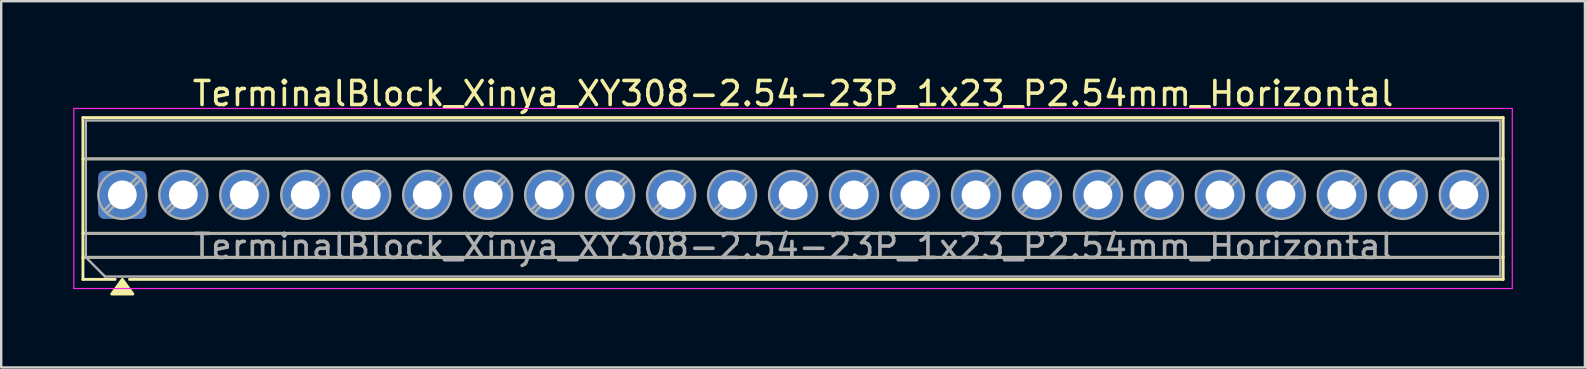
<source format=kicad_pcb>
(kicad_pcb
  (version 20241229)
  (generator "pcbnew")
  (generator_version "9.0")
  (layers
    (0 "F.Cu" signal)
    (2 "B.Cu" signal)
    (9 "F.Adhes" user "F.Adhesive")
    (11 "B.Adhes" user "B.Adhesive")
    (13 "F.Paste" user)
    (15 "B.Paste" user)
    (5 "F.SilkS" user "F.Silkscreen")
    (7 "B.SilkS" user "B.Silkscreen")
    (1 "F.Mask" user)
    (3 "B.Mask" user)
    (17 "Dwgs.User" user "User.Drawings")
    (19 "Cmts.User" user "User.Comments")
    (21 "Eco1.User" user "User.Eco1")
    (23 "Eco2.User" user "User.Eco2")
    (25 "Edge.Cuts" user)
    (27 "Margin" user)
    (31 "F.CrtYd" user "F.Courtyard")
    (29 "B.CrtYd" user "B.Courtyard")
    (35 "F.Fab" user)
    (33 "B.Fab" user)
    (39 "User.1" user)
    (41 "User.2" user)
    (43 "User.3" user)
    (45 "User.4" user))
  (footprint "TerminalBlock_Xinya_XY308-2.54-23P_1x23_P2.54mm_Horizontal"
    (layer "F.Cu")
    (at 2.045 5.068)
    (property "Reference" "TerminalBlock_Xinya_XY308-2.54-23P_1x23_P2.54mm_Horizontal" (at 27.94 -4.22 0) (layer "F.SilkS") (effects (font (size 1 1) (thickness 0.15))))
    (attr through_hole)
    (fp_line (start -1.64 -3.22) (end -1.64 3.52) (stroke (width 0.12) (type solid)) (layer "F.SilkS"))
    (fp_line (start -1.64 -3.22) (end 57.52 -3.22) (stroke (width 0.12) (type solid)) (layer "F.SilkS"))
    (fp_line (start -1.64 -1.5) (end 57.52 -1.5) (stroke (width 0.12) (type solid)) (layer "F.SilkS"))
    (fp_line (start -1.64 1.6) (end 57.52 1.6) (stroke (width 0.12) (type solid)) (layer "F.SilkS"))
    (fp_line (start -1.64 2.6) (end 57.52 2.6) (stroke (width 0.12) (type solid)) (layer "F.SilkS"))
    (fp_line (start -1.64 3.52) (end -0.3 3.52) (stroke (width 0.12) (type solid)) (layer "F.SilkS"))
    (fp_line (start 0.3 3.52) (end 57.52 3.52) (stroke (width 0.12) (type solid)) (layer "F.SilkS"))
    (fp_line (start 57.52 -3.22) (end 57.52 3.52) (stroke (width 0.12) (type solid)) (layer "F.SilkS"))
    (fp_poly (pts (xy 0 3.52) (xy 0.44 4.13) (xy -0.44 4.13)) (stroke (width 0.12) (type solid)) (fill yes) (layer "F.SilkS"))
    (fp_line (start -2.02 -3.6) (end -2.02 3.9) (stroke (width 0.05) (type solid)) (layer "F.CrtYd"))
    (fp_line (start -2.02 3.9) (end 57.9 3.9) (stroke (width 0.05) (type solid)) (layer "F.CrtYd"))
    (fp_line (start 57.9 -3.6) (end -2.02 -3.6) (stroke (width 0.05) (type solid)) (layer "F.CrtYd"))
    (fp_line (start 57.9 3.9) (end 57.9 -3.6) (stroke (width 0.05) (type solid)) (layer "F.CrtYd"))
    (fp_line (start -1.52 -3.1) (end 57.4 -3.1) (stroke (width 0.1) (type solid)) (layer "F.Fab"))
    (fp_line (start -1.52 -1.5) (end 57.4 -1.5) (stroke (width 0.1) (type solid)) (layer "F.Fab"))
    (fp_line (start -1.52 1.6) (end 57.4 1.6) (stroke (width 0.1) (type solid)) (layer "F.Fab"))
    (fp_line (start -1.52 2.6) (end -1.52 -3.1) (stroke (width 0.1) (type solid)) (layer "F.Fab"))
    (fp_line (start -1.52 2.6) (end 57.4 2.6) (stroke (width 0.1) (type solid)) (layer "F.Fab"))
    (fp_line (start -0.72 3.4) (end -1.52 2.6) (stroke (width 0.1) (type solid)) (layer "F.Fab"))
    (fp_line (start 0.636 -0.758) (end -0.758 0.636) (stroke (width 0.1) (type solid)) (layer "F.Fab"))
    (fp_line (start 0.758 -0.636) (end -0.636 0.758) (stroke (width 0.1) (type solid)) (layer "F.Fab"))
    (fp_line (start 3.176 -0.758) (end 1.782 0.636) (stroke (width 0.1) (type solid)) (layer "F.Fab"))
    (fp_line (start 3.298 -0.636) (end 1.904 0.758) (stroke (width 0.1) (type solid)) (layer "F.Fab"))
    (fp_line (start 5.716 -0.758) (end 4.322 0.636) (stroke (width 0.1) (type solid)) (layer "F.Fab"))
    (fp_line (start 5.838 -0.636) (end 4.444 0.758) (stroke (width 0.1) (type solid)) (layer "F.Fab"))
    (fp_line (start 8.256 -0.758) (end 6.862 0.636) (stroke (width 0.1) (type solid)) (layer "F.Fab"))
    (fp_line (start 8.378 -0.636) (end 6.984 0.758) (stroke (width 0.1) (type solid)) (layer "F.Fab"))
    (fp_line (start 10.796 -0.758) (end 9.402 0.636) (stroke (width 0.1) (type solid)) (layer "F.Fab"))
    (fp_line (start 10.918 -0.636) (end 9.524 0.758) (stroke (width 0.1) (type solid)) (layer "F.Fab"))
    (fp_line (start 13.336 -0.758) (end 11.942 0.636) (stroke (width 0.1) (type solid)) (layer "F.Fab"))
    (fp_line (start 13.458 -0.636) (end 12.064 0.758) (stroke (width 0.1) (type solid)) (layer "F.Fab"))
    (fp_line (start 15.876 -0.758) (end 14.482 0.636) (stroke (width 0.1) (type solid)) (layer "F.Fab"))
    (fp_line (start 15.998 -0.636) (end 14.604 0.758) (stroke (width 0.1) (type solid)) (layer "F.Fab"))
    (fp_line (start 18.416 -0.758) (end 17.022 0.636) (stroke (width 0.1) (type solid)) (layer "F.Fab"))
    (fp_line (start 18.538 -0.636) (end 17.144 0.758) (stroke (width 0.1) (type solid)) (layer "F.Fab"))
    (fp_line (start 20.956 -0.758) (end 19.562 0.636) (stroke (width 0.1) (type solid)) (layer "F.Fab"))
    (fp_line (start 21.078 -0.636) (end 19.684 0.758) (stroke (width 0.1) (type solid)) (layer "F.Fab"))
    (fp_line (start 23.496 -0.758) (end 22.102 0.636) (stroke (width 0.1) (type solid)) (layer "F.Fab"))
    (fp_line (start 23.618 -0.636) (end 22.224 0.758) (stroke (width 0.1) (type solid)) (layer "F.Fab"))
    (fp_line (start 26.036 -0.758) (end 24.642 0.636) (stroke (width 0.1) (type solid)) (layer "F.Fab"))
    (fp_line (start 26.158 -0.636) (end 24.764 0.758) (stroke (width 0.1) (type solid)) (layer "F.Fab"))
    (fp_line (start 28.576 -0.758) (end 27.182 0.636) (stroke (width 0.1) (type solid)) (layer "F.Fab"))
    (fp_line (start 28.698 -0.636) (end 27.304 0.758) (stroke (width 0.1) (type solid)) (layer "F.Fab"))
    (fp_line (start 31.116 -0.758) (end 29.722 0.636) (stroke (width 0.1) (type solid)) (layer "F.Fab"))
    (fp_line (start 31.238 -0.636) (end 29.844 0.758) (stroke (width 0.1) (type solid)) (layer "F.Fab"))
    (fp_line (start 33.656 -0.758) (end 32.262 0.636) (stroke (width 0.1) (type solid)) (layer "F.Fab"))
    (fp_line (start 33.778 -0.636) (end 32.384 0.758) (stroke (width 0.1) (type solid)) (layer "F.Fab"))
    (fp_line (start 36.196 -0.758) (end 34.802 0.636) (stroke (width 0.1) (type solid)) (layer "F.Fab"))
    (fp_line (start 36.318 -0.636) (end 34.924 0.758) (stroke (width 0.1) (type solid)) (layer "F.Fab"))
    (fp_line (start 38.736 -0.758) (end 37.342 0.636) (stroke (width 0.1) (type solid)) (layer "F.Fab"))
    (fp_line (start 38.858 -0.636) (end 37.464 0.758) (stroke (width 0.1) (type solid)) (layer "F.Fab"))
    (fp_line (start 41.276 -0.758) (end 39.882 0.636) (stroke (width 0.1) (type solid)) (layer "F.Fab"))
    (fp_line (start 41.398 -0.636) (end 40.004 0.758) (stroke (width 0.1) (type solid)) (layer "F.Fab"))
    (fp_line (start 43.816 -0.758) (end 42.422 0.636) (stroke (width 0.1) (type solid)) (layer "F.Fab"))
    (fp_line (start 43.938 -0.636) (end 42.544 0.758) (stroke (width 0.1) (type solid)) (layer "F.Fab"))
    (fp_line (start 46.356 -0.758) (end 44.962 0.636) (stroke (width 0.1) (type solid)) (layer "F.Fab"))
    (fp_line (start 46.478 -0.636) (end 45.084 0.758) (stroke (width 0.1) (type solid)) (layer "F.Fab"))
    (fp_line (start 48.896 -0.758) (end 47.502 0.636) (stroke (width 0.1) (type solid)) (layer "F.Fab"))
    (fp_line (start 49.018 -0.636) (end 47.624 0.758) (stroke (width 0.1) (type solid)) (layer "F.Fab"))
    (fp_line (start 51.436 -0.758) (end 50.042 0.636) (stroke (width 0.1) (type solid)) (layer "F.Fab"))
    (fp_line (start 51.558 -0.636) (end 50.164 0.758) (stroke (width 0.1) (type solid)) (layer "F.Fab"))
    (fp_line (start 53.976 -0.758) (end 52.582 0.636) (stroke (width 0.1) (type solid)) (layer "F.Fab"))
    (fp_line (start 54.098 -0.636) (end 52.704 0.758) (stroke (width 0.1) (type solid)) (layer "F.Fab"))
    (fp_line (start 56.516 -0.758) (end 55.122 0.636) (stroke (width 0.1) (type solid)) (layer "F.Fab"))
    (fp_line (start 56.638 -0.636) (end 55.244 0.758) (stroke (width 0.1) (type solid)) (layer "F.Fab"))
    (fp_line (start 57.4 -3.1) (end 57.4 3.4) (stroke (width 0.1) (type solid)) (layer "F.Fab"))
    (fp_line (start 57.4 3.4) (end -0.72 3.4) (stroke (width 0.1) (type solid)) (layer "F.Fab"))
    (fp_circle (center 0 0) (end 1 0) (stroke (width 0.1) (type solid)) (fill no) (layer "F.Fab"))
    (fp_circle (center 2.54 0) (end 3.54 0) (stroke (width 0.1) (type solid)) (fill no) (layer "F.Fab"))
    (fp_circle (center 5.08 0) (end 6.08 0) (stroke (width 0.1) (type solid)) (fill no) (layer "F.Fab"))
    (fp_circle (center 7.62 0) (end 8.62 0) (stroke (width 0.1) (type solid)) (fill no) (layer "F.Fab"))
    (fp_circle (center 10.16 0) (end 11.16 0) (stroke (width 0.1) (type solid)) (fill no) (layer "F.Fab"))
    (fp_circle (center 12.7 0) (end 13.7 0) (stroke (width 0.1) (type solid)) (fill no) (layer "F.Fab"))
    (fp_circle (center 15.24 0) (end 16.24 0) (stroke (width 0.1) (type solid)) (fill no) (layer "F.Fab"))
    (fp_circle (center 17.78 0) (end 18.78 0) (stroke (width 0.1) (type solid)) (fill no) (layer "F.Fab"))
    (fp_circle (center 20.32 0) (end 21.32 0) (stroke (width 0.1) (type solid)) (fill no) (layer "F.Fab"))
    (fp_circle (center 22.86 0) (end 23.86 0) (stroke (width 0.1) (type solid)) (fill no) (layer "F.Fab"))
    (fp_circle (center 25.4 0) (end 26.4 0) (stroke (width 0.1) (type solid)) (fill no) (layer "F.Fab"))
    (fp_circle (center 27.94 0) (end 28.94 0) (stroke (width 0.1) (type solid)) (fill no) (layer "F.Fab"))
    (fp_circle (center 30.48 0) (end 31.48 0) (stroke (width 0.1) (type solid)) (fill no) (layer "F.Fab"))
    (fp_circle (center 33.02 0) (end 34.02 0) (stroke (width 0.1) (type solid)) (fill no) (layer "F.Fab"))
    (fp_circle (center 35.56 0) (end 36.56 0) (stroke (width 0.1) (type solid)) (fill no) (layer "F.Fab"))
    (fp_circle (center 38.1 0) (end 39.1 0) (stroke (width 0.1) (type solid)) (fill no) (layer "F.Fab"))
    (fp_circle (center 40.64 0) (end 41.64 0) (stroke (width 0.1) (type solid)) (fill no) (layer "F.Fab"))
    (fp_circle (center 43.18 0) (end 44.18 0) (stroke (width 0.1) (type solid)) (fill no) (layer "F.Fab"))
    (fp_circle (center 45.72 0) (end 46.72 0) (stroke (width 0.1) (type solid)) (fill no) (layer "F.Fab"))
    (fp_circle (center 48.26 0) (end 49.26 0) (stroke (width 0.1) (type solid)) (fill no) (layer "F.Fab"))
    (fp_circle (center 50.8 0) (end 51.8 0) (stroke (width 0.1) (type solid)) (fill no) (layer "F.Fab"))
    (fp_circle (center 53.34 0) (end 54.34 0) (stroke (width 0.1) (type solid)) (fill no) (layer "F.Fab"))
    (fp_circle (center 55.88 0) (end 56.88 0) (stroke (width 0.1) (type solid)) (fill no) (layer "F.Fab"))
    (fp_text user "${REFERENCE}" (at 27.94 2.15 0) (layer "F.Fab") (effects (font (size 1 1) (thickness 0.15))))
    (pad "1" thru_hole roundrect (at 0 0) (size 2 2) (drill 1.2) (layers "*.Cu" "*.Mask") (roundrect_rratio 0.125))
    (pad "2" thru_hole circle (at 2.54 0) (size 2 2) (drill 1.2) (layers "*.Cu" "*.Mask"))
    (pad "3" thru_hole circle (at 5.08 0) (size 2 2) (drill 1.2) (layers "*.Cu" "*.Mask"))
    (pad "4" thru_hole circle (at 7.62 0) (size 2 2) (drill 1.2) (layers "*.Cu" "*.Mask"))
    (pad "5" thru_hole circle (at 10.16 0) (size 2 2) (drill 1.2) (layers "*.Cu" "*.Mask"))
    (pad "6" thru_hole circle (at 12.7 0) (size 2 2) (drill 1.2) (layers "*.Cu" "*.Mask"))
    (pad "7" thru_hole circle (at 15.24 0) (size 2 2) (drill 1.2) (layers "*.Cu" "*.Mask"))
    (pad "8" thru_hole circle (at 17.78 0) (size 2 2) (drill 1.2) (layers "*.Cu" "*.Mask"))
    (pad "9" thru_hole circle (at 20.32 0) (size 2 2) (drill 1.2) (layers "*.Cu" "*.Mask"))
    (pad "10" thru_hole circle (at 22.86 0) (size 2 2) (drill 1.2) (layers "*.Cu" "*.Mask"))
    (pad "11" thru_hole circle (at 25.4 0) (size 2 2) (drill 1.2) (layers "*.Cu" "*.Mask"))
    (pad "12" thru_hole circle (at 27.94 0) (size 2 2) (drill 1.2) (layers "*.Cu" "*.Mask"))
    (pad "13" thru_hole circle (at 30.48 0) (size 2 2) (drill 1.2) (layers "*.Cu" "*.Mask"))
    (pad "14" thru_hole circle (at 33.02 0) (size 2 2) (drill 1.2) (layers "*.Cu" "*.Mask"))
    (pad "15" thru_hole circle (at 35.56 0) (size 2 2) (drill 1.2) (layers "*.Cu" "*.Mask"))
    (pad "16" thru_hole circle (at 38.1 0) (size 2 2) (drill 1.2) (layers "*.Cu" "*.Mask"))
    (pad "17" thru_hole circle (at 40.64 0) (size 2 2) (drill 1.2) (layers "*.Cu" "*.Mask"))
    (pad "18" thru_hole circle (at 43.18 0) (size 2 2) (drill 1.2) (layers "*.Cu" "*.Mask"))
    (pad "19" thru_hole circle (at 45.72 0) (size 2 2) (drill 1.2) (layers "*.Cu" "*.Mask"))
    (pad "20" thru_hole circle (at 48.26 0) (size 2 2) (drill 1.2) (layers "*.Cu" "*.Mask"))
    (pad "21" thru_hole circle (at 50.8 0) (size 2 2) (drill 1.2) (layers "*.Cu" "*.Mask"))
    (pad "22" thru_hole circle (at 53.34 0) (size 2 2) (drill 1.2) (layers "*.Cu" "*.Mask"))
    (pad "23" thru_hole circle (at 55.88 0) (size 2 2) (drill 1.2) (layers "*.Cu" "*.Mask")))
  (gr_rect
    (start -3 -3)
    (end 62.97 12.258)
    (stroke (width 0.1) (type default))
    (fill no)
    (layer "Edge.Cuts")))
</source>
